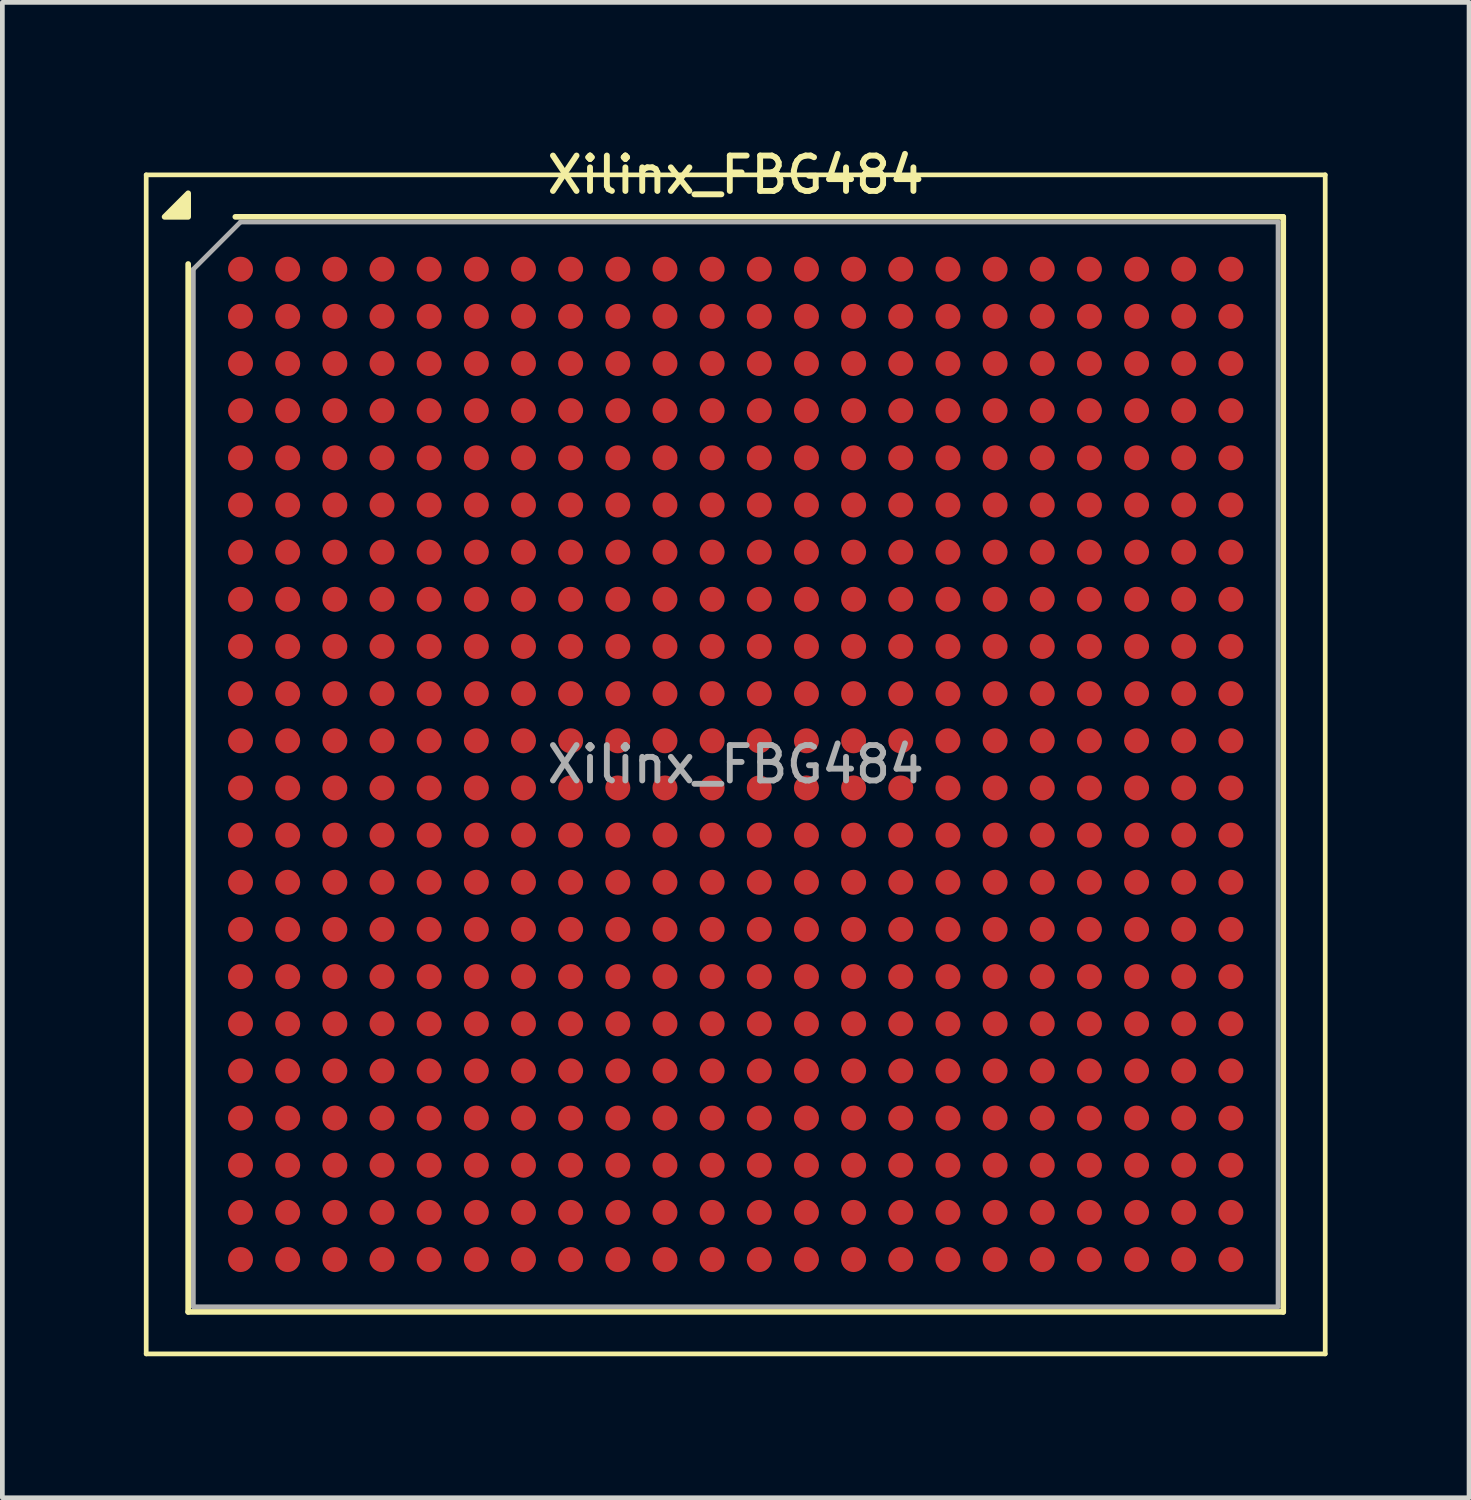
<source format=kicad_pcb>
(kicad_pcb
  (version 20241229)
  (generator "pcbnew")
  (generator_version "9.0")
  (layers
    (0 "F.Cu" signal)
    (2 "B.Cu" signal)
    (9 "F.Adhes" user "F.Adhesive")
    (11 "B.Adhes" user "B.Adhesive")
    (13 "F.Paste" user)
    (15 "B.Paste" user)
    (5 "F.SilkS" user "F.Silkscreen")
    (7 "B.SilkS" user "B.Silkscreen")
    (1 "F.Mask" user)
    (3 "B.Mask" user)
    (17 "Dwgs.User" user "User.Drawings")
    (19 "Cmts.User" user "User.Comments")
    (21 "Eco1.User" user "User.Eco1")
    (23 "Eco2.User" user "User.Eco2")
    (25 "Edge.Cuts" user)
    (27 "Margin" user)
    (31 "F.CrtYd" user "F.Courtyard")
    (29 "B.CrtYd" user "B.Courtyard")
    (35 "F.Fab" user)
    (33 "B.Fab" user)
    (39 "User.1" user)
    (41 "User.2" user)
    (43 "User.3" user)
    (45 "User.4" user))
  (footprint "Xilinx_FBG484"
    (layer "F.Cu")
    (at 12.55 13.158)
    (property "Reference" "Xilinx_FBG484" (at 0 -12.5 0) (layer "F.SilkS") (effects (font (size 0.75 0.75) (thickness 0.125))))
    (attr smd)
    (fp_line (start -12.5 -12.5) (end -12.5 12.5) (stroke (width 0.1) (type solid)) (layer "F.SilkS"))
    (fp_line (start -12.5 12.5) (end 12.5 12.5) (stroke (width 0.1) (type solid)) (layer "F.SilkS"))
    (fp_line (start -11.61 11.61) (end -11.61 -10.61) (stroke (width 0.12) (type solid)) (layer "F.SilkS"))
    (fp_line (start -10.61 -11.61) (end 11.61 -11.61) (stroke (width 0.12) (type solid)) (layer "F.SilkS"))
    (fp_line (start 11.61 -11.61) (end 11.61 11.61) (stroke (width 0.12) (type solid)) (layer "F.SilkS"))
    (fp_line (start 11.61 11.61) (end -11.61 11.61) (stroke (width 0.12) (type solid)) (layer "F.SilkS"))
    (fp_line (start 12.5 -12.5) (end -12.5 -12.5) (stroke (width 0.1) (type solid)) (layer "F.SilkS"))
    (fp_line (start 12.5 12.5) (end 12.5 -12.5) (stroke (width 0.1) (type solid)) (layer "F.SilkS"))
    (fp_poly (pts (xy -11.61 -11.61) (xy -12.11 -11.61) (xy -11.61 -12.11) (xy -11.61 -11.61)) (stroke (width 0.12) (type solid)) (fill yes) (layer "F.SilkS"))
    (fp_line (start -11.5 -10.5) (end -10.5 -11.5) (stroke (width 0.1) (type solid)) (layer "F.Fab"))
    (fp_line (start -11.5 11.5) (end -11.5 -10.5) (stroke (width 0.1) (type solid)) (layer "F.Fab"))
    (fp_line (start -10.5 -11.5) (end 11.5 -11.5) (stroke (width 0.1) (type solid)) (layer "F.Fab"))
    (fp_line (start 11.5 -11.5) (end 11.5 11.5) (stroke (width 0.1) (type solid)) (layer "F.Fab"))
    (fp_line (start 11.5 11.5) (end -11.5 11.5) (stroke (width 0.1) (type solid)) (layer "F.Fab"))
    (fp_text user "${REFERENCE}" (at 0 0 0) (layer "F.Fab") (effects (font (size 0.75 0.75) (thickness 0.125))))
    (pad "A1" smd circle (at -10.5 -10.5) (size 0.53 0.53) (property pad_prop_bga) (layers "F.Cu" "F.Mask" "F.Paste"))
    (pad "A2" smd circle (at -9.5 -10.5) (size 0.53 0.53) (property pad_prop_bga) (layers "F.Cu" "F.Mask" "F.Paste"))
    (pad "A3" smd circle (at -8.5 -10.5) (size 0.53 0.53) (property pad_prop_bga) (layers "F.Cu" "F.Mask" "F.Paste"))
    (pad "A4" smd circle (at -7.5 -10.5) (size 0.53 0.53) (property pad_prop_bga) (layers "F.Cu" "F.Mask" "F.Paste"))
    (pad "A5" smd circle (at -6.5 -10.5) (size 0.53 0.53) (property pad_prop_bga) (layers "F.Cu" "F.Mask" "F.Paste"))
    (pad "A6" smd circle (at -5.5 -10.5) (size 0.53 0.53) (property pad_prop_bga) (layers "F.Cu" "F.Mask" "F.Paste"))
    (pad "A7" smd circle (at -4.5 -10.5) (size 0.53 0.53) (property pad_prop_bga) (layers "F.Cu" "F.Mask" "F.Paste"))
    (pad "A8" smd circle (at -3.5 -10.5) (size 0.53 0.53) (property pad_prop_bga) (layers "F.Cu" "F.Mask" "F.Paste"))
    (pad "A9" smd circle (at -2.5 -10.5) (size 0.53 0.53) (property pad_prop_bga) (layers "F.Cu" "F.Mask" "F.Paste"))
    (pad "A10" smd circle (at -1.5 -10.5) (size 0.53 0.53) (property pad_prop_bga) (layers "F.Cu" "F.Mask" "F.Paste"))
    (pad "A11" smd circle (at -0.5 -10.5) (size 0.53 0.53) (property pad_prop_bga) (layers "F.Cu" "F.Mask" "F.Paste"))
    (pad "A12" smd circle (at 0.5 -10.5) (size 0.53 0.53) (property pad_prop_bga) (layers "F.Cu" "F.Mask" "F.Paste"))
    (pad "A13" smd circle (at 1.5 -10.5) (size 0.53 0.53) (property pad_prop_bga) (layers "F.Cu" "F.Mask" "F.Paste"))
    (pad "A14" smd circle (at 2.5 -10.5) (size 0.53 0.53) (property pad_prop_bga) (layers "F.Cu" "F.Mask" "F.Paste"))
    (pad "A15" smd circle (at 3.5 -10.5) (size 0.53 0.53) (property pad_prop_bga) (layers "F.Cu" "F.Mask" "F.Paste"))
    (pad "A16" smd circle (at 4.5 -10.5) (size 0.53 0.53) (property pad_prop_bga) (layers "F.Cu" "F.Mask" "F.Paste"))
    (pad "A17" smd circle (at 5.5 -10.5) (size 0.53 0.53) (property pad_prop_bga) (layers "F.Cu" "F.Mask" "F.Paste"))
    (pad "A18" smd circle (at 6.5 -10.5) (size 0.53 0.53) (property pad_prop_bga) (layers "F.Cu" "F.Mask" "F.Paste"))
    (pad "A19" smd circle (at 7.5 -10.5) (size 0.53 0.53) (property pad_prop_bga) (layers "F.Cu" "F.Mask" "F.Paste"))
    (pad "A20" smd circle (at 8.5 -10.5) (size 0.53 0.53) (property pad_prop_bga) (layers "F.Cu" "F.Mask" "F.Paste"))
    (pad "A21" smd circle (at 9.5 -10.5) (size 0.53 0.53) (property pad_prop_bga) (layers "F.Cu" "F.Mask" "F.Paste"))
    (pad "A22" smd circle (at 10.5 -10.5) (size 0.53 0.53) (property pad_prop_bga) (layers "F.Cu" "F.Mask" "F.Paste"))
    (pad "AA1" smd circle (at -10.5 9.5) (size 0.53 0.53) (property pad_prop_bga) (layers "F.Cu" "F.Mask" "F.Paste"))
    (pad "AA2" smd circle (at -9.5 9.5) (size 0.53 0.53) (property pad_prop_bga) (layers "F.Cu" "F.Mask" "F.Paste"))
    (pad "AA3" smd circle (at -8.5 9.5) (size 0.53 0.53) (property pad_prop_bga) (layers "F.Cu" "F.Mask" "F.Paste"))
    (pad "AA4" smd circle (at -7.5 9.5) (size 0.53 0.53) (property pad_prop_bga) (layers "F.Cu" "F.Mask" "F.Paste"))
    (pad "AA5" smd circle (at -6.5 9.5) (size 0.53 0.53) (property pad_prop_bga) (layers "F.Cu" "F.Mask" "F.Paste"))
    (pad "AA6" smd circle (at -5.5 9.5) (size 0.53 0.53) (property pad_prop_bga) (layers "F.Cu" "F.Mask" "F.Paste"))
    (pad "AA7" smd circle (at -4.5 9.5) (size 0.53 0.53) (property pad_prop_bga) (layers "F.Cu" "F.Mask" "F.Paste"))
    (pad "AA8" smd circle (at -3.5 9.5) (size 0.53 0.53) (property pad_prop_bga) (layers "F.Cu" "F.Mask" "F.Paste"))
    (pad "AA9" smd circle (at -2.5 9.5) (size 0.53 0.53) (property pad_prop_bga) (layers "F.Cu" "F.Mask" "F.Paste"))
    (pad "AA10" smd circle (at -1.5 9.5) (size 0.53 0.53) (property pad_prop_bga) (layers "F.Cu" "F.Mask" "F.Paste"))
    (pad "AA11" smd circle (at -0.5 9.5) (size 0.53 0.53) (property pad_prop_bga) (layers "F.Cu" "F.Mask" "F.Paste"))
    (pad "AA12" smd circle (at 0.5 9.5) (size 0.53 0.53) (property pad_prop_bga) (layers "F.Cu" "F.Mask" "F.Paste"))
    (pad "AA13" smd circle (at 1.5 9.5) (size 0.53 0.53) (property pad_prop_bga) (layers "F.Cu" "F.Mask" "F.Paste"))
    (pad "AA14" smd circle (at 2.5 9.5) (size 0.53 0.53) (property pad_prop_bga) (layers "F.Cu" "F.Mask" "F.Paste"))
    (pad "AA15" smd circle (at 3.5 9.5) (size 0.53 0.53) (property pad_prop_bga) (layers "F.Cu" "F.Mask" "F.Paste"))
    (pad "AA16" smd circle (at 4.5 9.5) (size 0.53 0.53) (property pad_prop_bga) (layers "F.Cu" "F.Mask" "F.Paste"))
    (pad "AA17" smd circle (at 5.5 9.5) (size 0.53 0.53) (property pad_prop_bga) (layers "F.Cu" "F.Mask" "F.Paste"))
    (pad "AA18" smd circle (at 6.5 9.5) (size 0.53 0.53) (property pad_prop_bga) (layers "F.Cu" "F.Mask" "F.Paste"))
    (pad "AA19" smd circle (at 7.5 9.5) (size 0.53 0.53) (property pad_prop_bga) (layers "F.Cu" "F.Mask" "F.Paste"))
    (pad "AA20" smd circle (at 8.5 9.5) (size 0.53 0.53) (property pad_prop_bga) (layers "F.Cu" "F.Mask" "F.Paste"))
    (pad "AA21" smd circle (at 9.5 9.5) (size 0.53 0.53) (property pad_prop_bga) (layers "F.Cu" "F.Mask" "F.Paste"))
    (pad "AA22" smd circle (at 10.5 9.5) (size 0.53 0.53) (property pad_prop_bga) (layers "F.Cu" "F.Mask" "F.Paste"))
    (pad "AB1" smd circle (at -10.5 10.5) (size 0.53 0.53) (property pad_prop_bga) (layers "F.Cu" "F.Mask" "F.Paste"))
    (pad "AB2" smd circle (at -9.5 10.5) (size 0.53 0.53) (property pad_prop_bga) (layers "F.Cu" "F.Mask" "F.Paste"))
    (pad "AB3" smd circle (at -8.5 10.5) (size 0.53 0.53) (property pad_prop_bga) (layers "F.Cu" "F.Mask" "F.Paste"))
    (pad "AB4" smd circle (at -7.5 10.5) (size 0.53 0.53) (property pad_prop_bga) (layers "F.Cu" "F.Mask" "F.Paste"))
    (pad "AB5" smd circle (at -6.5 10.5) (size 0.53 0.53) (property pad_prop_bga) (layers "F.Cu" "F.Mask" "F.Paste"))
    (pad "AB6" smd circle (at -5.5 10.5) (size 0.53 0.53) (property pad_prop_bga) (layers "F.Cu" "F.Mask" "F.Paste"))
    (pad "AB7" smd circle (at -4.5 10.5) (size 0.53 0.53) (property pad_prop_bga) (layers "F.Cu" "F.Mask" "F.Paste"))
    (pad "AB8" smd circle (at -3.5 10.5) (size 0.53 0.53) (property pad_prop_bga) (layers "F.Cu" "F.Mask" "F.Paste"))
    (pad "AB9" smd circle (at -2.5 10.5) (size 0.53 0.53) (property pad_prop_bga) (layers "F.Cu" "F.Mask" "F.Paste"))
    (pad "AB10" smd circle (at -1.5 10.5) (size 0.53 0.53) (property pad_prop_bga) (layers "F.Cu" "F.Mask" "F.Paste"))
    (pad "AB11" smd circle (at -0.5 10.5) (size 0.53 0.53) (property pad_prop_bga) (layers "F.Cu" "F.Mask" "F.Paste"))
    (pad "AB12" smd circle (at 0.5 10.5) (size 0.53 0.53) (property pad_prop_bga) (layers "F.Cu" "F.Mask" "F.Paste"))
    (pad "AB13" smd circle (at 1.5 10.5) (size 0.53 0.53) (property pad_prop_bga) (layers "F.Cu" "F.Mask" "F.Paste"))
    (pad "AB14" smd circle (at 2.5 10.5) (size 0.53 0.53) (property pad_prop_bga) (layers "F.Cu" "F.Mask" "F.Paste"))
    (pad "AB15" smd circle (at 3.5 10.5) (size 0.53 0.53) (property pad_prop_bga) (layers "F.Cu" "F.Mask" "F.Paste"))
    (pad "AB16" smd circle (at 4.5 10.5) (size 0.53 0.53) (property pad_prop_bga) (layers "F.Cu" "F.Mask" "F.Paste"))
    (pad "AB17" smd circle (at 5.5 10.5) (size 0.53 0.53) (property pad_prop_bga) (layers "F.Cu" "F.Mask" "F.Paste"))
    (pad "AB18" smd circle (at 6.5 10.5) (size 0.53 0.53) (property pad_prop_bga) (layers "F.Cu" "F.Mask" "F.Paste"))
    (pad "AB19" smd circle (at 7.5 10.5) (size 0.53 0.53) (property pad_prop_bga) (layers "F.Cu" "F.Mask" "F.Paste"))
    (pad "AB20" smd circle (at 8.5 10.5) (size 0.53 0.53) (property pad_prop_bga) (layers "F.Cu" "F.Mask" "F.Paste"))
    (pad "AB21" smd circle (at 9.5 10.5) (size 0.53 0.53) (property pad_prop_bga) (layers "F.Cu" "F.Mask" "F.Paste"))
    (pad "AB22" smd circle (at 10.5 10.5) (size 0.53 0.53) (property pad_prop_bga) (layers "F.Cu" "F.Mask" "F.Paste"))
    (pad "B1" smd circle (at -10.5 -9.5) (size 0.53 0.53) (property pad_prop_bga) (layers "F.Cu" "F.Mask" "F.Paste"))
    (pad "B2" smd circle (at -9.5 -9.5) (size 0.53 0.53) (property pad_prop_bga) (layers "F.Cu" "F.Mask" "F.Paste"))
    (pad "B3" smd circle (at -8.5 -9.5) (size 0.53 0.53) (property pad_prop_bga) (layers "F.Cu" "F.Mask" "F.Paste"))
    (pad "B4" smd circle (at -7.5 -9.5) (size 0.53 0.53) (property pad_prop_bga) (layers "F.Cu" "F.Mask" "F.Paste"))
    (pad "B5" smd circle (at -6.5 -9.5) (size 0.53 0.53) (property pad_prop_bga) (layers "F.Cu" "F.Mask" "F.Paste"))
    (pad "B6" smd circle (at -5.5 -9.5) (size 0.53 0.53) (property pad_prop_bga) (layers "F.Cu" "F.Mask" "F.Paste"))
    (pad "B7" smd circle (at -4.5 -9.5) (size 0.53 0.53) (property pad_prop_bga) (layers "F.Cu" "F.Mask" "F.Paste"))
    (pad "B8" smd circle (at -3.5 -9.5) (size 0.53 0.53) (property pad_prop_bga) (layers "F.Cu" "F.Mask" "F.Paste"))
    (pad "B9" smd circle (at -2.5 -9.5) (size 0.53 0.53) (property pad_prop_bga) (layers "F.Cu" "F.Mask" "F.Paste"))
    (pad "B10" smd circle (at -1.5 -9.5) (size 0.53 0.53) (property pad_prop_bga) (layers "F.Cu" "F.Mask" "F.Paste"))
    (pad "B11" smd circle (at -0.5 -9.5) (size 0.53 0.53) (property pad_prop_bga) (layers "F.Cu" "F.Mask" "F.Paste"))
    (pad "B12" smd circle (at 0.5 -9.5) (size 0.53 0.53) (property pad_prop_bga) (layers "F.Cu" "F.Mask" "F.Paste"))
    (pad "B13" smd circle (at 1.5 -9.5) (size 0.53 0.53) (property pad_prop_bga) (layers "F.Cu" "F.Mask" "F.Paste"))
    (pad "B14" smd circle (at 2.5 -9.5) (size 0.53 0.53) (property pad_prop_bga) (layers "F.Cu" "F.Mask" "F.Paste"))
    (pad "B15" smd circle (at 3.5 -9.5) (size 0.53 0.53) (property pad_prop_bga) (layers "F.Cu" "F.Mask" "F.Paste"))
    (pad "B16" smd circle (at 4.5 -9.5) (size 0.53 0.53) (property pad_prop_bga) (layers "F.Cu" "F.Mask" "F.Paste"))
    (pad "B17" smd circle (at 5.5 -9.5) (size 0.53 0.53) (property pad_prop_bga) (layers "F.Cu" "F.Mask" "F.Paste"))
    (pad "B18" smd circle (at 6.5 -9.5) (size 0.53 0.53) (property pad_prop_bga) (layers "F.Cu" "F.Mask" "F.Paste"))
    (pad "B19" smd circle (at 7.5 -9.5) (size 0.53 0.53) (property pad_prop_bga) (layers "F.Cu" "F.Mask" "F.Paste"))
    (pad "B20" smd circle (at 8.5 -9.5) (size 0.53 0.53) (property pad_prop_bga) (layers "F.Cu" "F.Mask" "F.Paste"))
    (pad "B21" smd circle (at 9.5 -9.5) (size 0.53 0.53) (property pad_prop_bga) (layers "F.Cu" "F.Mask" "F.Paste"))
    (pad "B22" smd circle (at 10.5 -9.5) (size 0.53 0.53) (property pad_prop_bga) (layers "F.Cu" "F.Mask" "F.Paste"))
    (pad "C1" smd circle (at -10.5 -8.5) (size 0.53 0.53) (property pad_prop_bga) (layers "F.Cu" "F.Mask" "F.Paste"))
    (pad "C2" smd circle (at -9.5 -8.5) (size 0.53 0.53) (property pad_prop_bga) (layers "F.Cu" "F.Mask" "F.Paste"))
    (pad "C3" smd circle (at -8.5 -8.5) (size 0.53 0.53) (property pad_prop_bga) (layers "F.Cu" "F.Mask" "F.Paste"))
    (pad "C4" smd circle (at -7.5 -8.5) (size 0.53 0.53) (property pad_prop_bga) (layers "F.Cu" "F.Mask" "F.Paste"))
    (pad "C5" smd circle (at -6.5 -8.5) (size 0.53 0.53) (property pad_prop_bga) (layers "F.Cu" "F.Mask" "F.Paste"))
    (pad "C6" smd circle (at -5.5 -8.5) (size 0.53 0.53) (property pad_prop_bga) (layers "F.Cu" "F.Mask" "F.Paste"))
    (pad "C7" smd circle (at -4.5 -8.5) (size 0.53 0.53) (property pad_prop_bga) (layers "F.Cu" "F.Mask" "F.Paste"))
    (pad "C8" smd circle (at -3.5 -8.5) (size 0.53 0.53) (property pad_prop_bga) (layers "F.Cu" "F.Mask" "F.Paste"))
    (pad "C9" smd circle (at -2.5 -8.5) (size 0.53 0.53) (property pad_prop_bga) (layers "F.Cu" "F.Mask" "F.Paste"))
    (pad "C10" smd circle (at -1.5 -8.5) (size 0.53 0.53) (property pad_prop_bga) (layers "F.Cu" "F.Mask" "F.Paste"))
    (pad "C11" smd circle (at -0.5 -8.5) (size 0.53 0.53) (property pad_prop_bga) (layers "F.Cu" "F.Mask" "F.Paste"))
    (pad "C12" smd circle (at 0.5 -8.5) (size 0.53 0.53) (property pad_prop_bga) (layers "F.Cu" "F.Mask" "F.Paste"))
    (pad "C13" smd circle (at 1.5 -8.5) (size 0.53 0.53) (property pad_prop_bga) (layers "F.Cu" "F.Mask" "F.Paste"))
    (pad "C14" smd circle (at 2.5 -8.5) (size 0.53 0.53) (property pad_prop_bga) (layers "F.Cu" "F.Mask" "F.Paste"))
    (pad "C15" smd circle (at 3.5 -8.5) (size 0.53 0.53) (property pad_prop_bga) (layers "F.Cu" "F.Mask" "F.Paste"))
    (pad "C16" smd circle (at 4.5 -8.5) (size 0.53 0.53) (property pad_prop_bga) (layers "F.Cu" "F.Mask" "F.Paste"))
    (pad "C17" smd circle (at 5.5 -8.5) (size 0.53 0.53) (property pad_prop_bga) (layers "F.Cu" "F.Mask" "F.Paste"))
    (pad "C18" smd circle (at 6.5 -8.5) (size 0.53 0.53) (property pad_prop_bga) (layers "F.Cu" "F.Mask" "F.Paste"))
    (pad "C19" smd circle (at 7.5 -8.5) (size 0.53 0.53) (property pad_prop_bga) (layers "F.Cu" "F.Mask" "F.Paste"))
    (pad "C20" smd circle (at 8.5 -8.5) (size 0.53 0.53) (property pad_prop_bga) (layers "F.Cu" "F.Mask" "F.Paste"))
    (pad "C21" smd circle (at 9.5 -8.5) (size 0.53 0.53) (property pad_prop_bga) (layers "F.Cu" "F.Mask" "F.Paste"))
    (pad "C22" smd circle (at 10.5 -8.5) (size 0.53 0.53) (property pad_prop_bga) (layers "F.Cu" "F.Mask" "F.Paste"))
    (pad "D1" smd circle (at -10.5 -7.5) (size 0.53 0.53) (property pad_prop_bga) (layers "F.Cu" "F.Mask" "F.Paste"))
    (pad "D2" smd circle (at -9.5 -7.5) (size 0.53 0.53) (property pad_prop_bga) (layers "F.Cu" "F.Mask" "F.Paste"))
    (pad "D3" smd circle (at -8.5 -7.5) (size 0.53 0.53) (property pad_prop_bga) (layers "F.Cu" "F.Mask" "F.Paste"))
    (pad "D4" smd circle (at -7.5 -7.5) (size 0.53 0.53) (property pad_prop_bga) (layers "F.Cu" "F.Mask" "F.Paste"))
    (pad "D5" smd circle (at -6.5 -7.5) (size 0.53 0.53) (property pad_prop_bga) (layers "F.Cu" "F.Mask" "F.Paste"))
    (pad "D6" smd circle (at -5.5 -7.5) (size 0.53 0.53) (property pad_prop_bga) (layers "F.Cu" "F.Mask" "F.Paste"))
    (pad "D7" smd circle (at -4.5 -7.5) (size 0.53 0.53) (property pad_prop_bga) (layers "F.Cu" "F.Mask" "F.Paste"))
    (pad "D8" smd circle (at -3.5 -7.5) (size 0.53 0.53) (property pad_prop_bga) (layers "F.Cu" "F.Mask" "F.Paste"))
    (pad "D9" smd circle (at -2.5 -7.5) (size 0.53 0.53) (property pad_prop_bga) (layers "F.Cu" "F.Mask" "F.Paste"))
    (pad "D10" smd circle (at -1.5 -7.5) (size 0.53 0.53) (property pad_prop_bga) (layers "F.Cu" "F.Mask" "F.Paste"))
    (pad "D11" smd circle (at -0.5 -7.5) (size 0.53 0.53) (property pad_prop_bga) (layers "F.Cu" "F.Mask" "F.Paste"))
    (pad "D12" smd circle (at 0.5 -7.5) (size 0.53 0.53) (property pad_prop_bga) (layers "F.Cu" "F.Mask" "F.Paste"))
    (pad "D13" smd circle (at 1.5 -7.5) (size 0.53 0.53) (property pad_prop_bga) (layers "F.Cu" "F.Mask" "F.Paste"))
    (pad "D14" smd circle (at 2.5 -7.5) (size 0.53 0.53) (property pad_prop_bga) (layers "F.Cu" "F.Mask" "F.Paste"))
    (pad "D15" smd circle (at 3.5 -7.5) (size 0.53 0.53) (property pad_prop_bga) (layers "F.Cu" "F.Mask" "F.Paste"))
    (pad "D16" smd circle (at 4.5 -7.5) (size 0.53 0.53) (property pad_prop_bga) (layers "F.Cu" "F.Mask" "F.Paste"))
    (pad "D17" smd circle (at 5.5 -7.5) (size 0.53 0.53) (property pad_prop_bga) (layers "F.Cu" "F.Mask" "F.Paste"))
    (pad "D18" smd circle (at 6.5 -7.5) (size 0.53 0.53) (property pad_prop_bga) (layers "F.Cu" "F.Mask" "F.Paste"))
    (pad "D19" smd circle (at 7.5 -7.5) (size 0.53 0.53) (property pad_prop_bga) (layers "F.Cu" "F.Mask" "F.Paste"))
    (pad "D20" smd circle (at 8.5 -7.5) (size 0.53 0.53) (property pad_prop_bga) (layers "F.Cu" "F.Mask" "F.Paste"))
    (pad "D21" smd circle (at 9.5 -7.5) (size 0.53 0.53) (property pad_prop_bga) (layers "F.Cu" "F.Mask" "F.Paste"))
    (pad "D22" smd circle (at 10.5 -7.5) (size 0.53 0.53) (property pad_prop_bga) (layers "F.Cu" "F.Mask" "F.Paste"))
    (pad "E1" smd circle (at -10.5 -6.5) (size 0.53 0.53) (property pad_prop_bga) (layers "F.Cu" "F.Mask" "F.Paste"))
    (pad "E2" smd circle (at -9.5 -6.5) (size 0.53 0.53) (property pad_prop_bga) (layers "F.Cu" "F.Mask" "F.Paste"))
    (pad "E3" smd circle (at -8.5 -6.5) (size 0.53 0.53) (property pad_prop_bga) (layers "F.Cu" "F.Mask" "F.Paste"))
    (pad "E4" smd circle (at -7.5 -6.5) (size 0.53 0.53) (property pad_prop_bga) (layers "F.Cu" "F.Mask" "F.Paste"))
    (pad "E5" smd circle (at -6.5 -6.5) (size 0.53 0.53) (property pad_prop_bga) (layers "F.Cu" "F.Mask" "F.Paste"))
    (pad "E6" smd circle (at -5.5 -6.5) (size 0.53 0.53) (property pad_prop_bga) (layers "F.Cu" "F.Mask" "F.Paste"))
    (pad "E7" smd circle (at -4.5 -6.5) (size 0.53 0.53) (property pad_prop_bga) (layers "F.Cu" "F.Mask" "F.Paste"))
    (pad "E8" smd circle (at -3.5 -6.5) (size 0.53 0.53) (property pad_prop_bga) (layers "F.Cu" "F.Mask" "F.Paste"))
    (pad "E9" smd circle (at -2.5 -6.5) (size 0.53 0.53) (property pad_prop_bga) (layers "F.Cu" "F.Mask" "F.Paste"))
    (pad "E10" smd circle (at -1.5 -6.5) (size 0.53 0.53) (property pad_prop_bga) (layers "F.Cu" "F.Mask" "F.Paste"))
    (pad "E11" smd circle (at -0.5 -6.5) (size 0.53 0.53) (property pad_prop_bga) (layers "F.Cu" "F.Mask" "F.Paste"))
    (pad "E12" smd circle (at 0.5 -6.5) (size 0.53 0.53) (property pad_prop_bga) (layers "F.Cu" "F.Mask" "F.Paste"))
    (pad "E13" smd circle (at 1.5 -6.5) (size 0.53 0.53) (property pad_prop_bga) (layers "F.Cu" "F.Mask" "F.Paste"))
    (pad "E14" smd circle (at 2.5 -6.5) (size 0.53 0.53) (property pad_prop_bga) (layers "F.Cu" "F.Mask" "F.Paste"))
    (pad "E15" smd circle (at 3.5 -6.5) (size 0.53 0.53) (property pad_prop_bga) (layers "F.Cu" "F.Mask" "F.Paste"))
    (pad "E16" smd circle (at 4.5 -6.5) (size 0.53 0.53) (property pad_prop_bga) (layers "F.Cu" "F.Mask" "F.Paste"))
    (pad "E17" smd circle (at 5.5 -6.5) (size 0.53 0.53) (property pad_prop_bga) (layers "F.Cu" "F.Mask" "F.Paste"))
    (pad "E18" smd circle (at 6.5 -6.5) (size 0.53 0.53) (property pad_prop_bga) (layers "F.Cu" "F.Mask" "F.Paste"))
    (pad "E19" smd circle (at 7.5 -6.5) (size 0.53 0.53) (property pad_prop_bga) (layers "F.Cu" "F.Mask" "F.Paste"))
    (pad "E20" smd circle (at 8.5 -6.5) (size 0.53 0.53) (property pad_prop_bga) (layers "F.Cu" "F.Mask" "F.Paste"))
    (pad "E21" smd circle (at 9.5 -6.5) (size 0.53 0.53) (property pad_prop_bga) (layers "F.Cu" "F.Mask" "F.Paste"))
    (pad "E22" smd circle (at 10.5 -6.5) (size 0.53 0.53) (property pad_prop_bga) (layers "F.Cu" "F.Mask" "F.Paste"))
    (pad "F1" smd circle (at -10.5 -5.5) (size 0.53 0.53) (property pad_prop_bga) (layers "F.Cu" "F.Mask" "F.Paste"))
    (pad "F2" smd circle (at -9.5 -5.5) (size 0.53 0.53) (property pad_prop_bga) (layers "F.Cu" "F.Mask" "F.Paste"))
    (pad "F3" smd circle (at -8.5 -5.5) (size 0.53 0.53) (property pad_prop_bga) (layers "F.Cu" "F.Mask" "F.Paste"))
    (pad "F4" smd circle (at -7.5 -5.5) (size 0.53 0.53) (property pad_prop_bga) (layers "F.Cu" "F.Mask" "F.Paste"))
    (pad "F5" smd circle (at -6.5 -5.5) (size 0.53 0.53) (property pad_prop_bga) (layers "F.Cu" "F.Mask" "F.Paste"))
    (pad "F6" smd circle (at -5.5 -5.5) (size 0.53 0.53) (property pad_prop_bga) (layers "F.Cu" "F.Mask" "F.Paste"))
    (pad "F7" smd circle (at -4.5 -5.5) (size 0.53 0.53) (property pad_prop_bga) (layers "F.Cu" "F.Mask" "F.Paste"))
    (pad "F8" smd circle (at -3.5 -5.5) (size 0.53 0.53) (property pad_prop_bga) (layers "F.Cu" "F.Mask" "F.Paste"))
    (pad "F9" smd circle (at -2.5 -5.5) (size 0.53 0.53) (property pad_prop_bga) (layers "F.Cu" "F.Mask" "F.Paste"))
    (pad "F10" smd circle (at -1.5 -5.5) (size 0.53 0.53) (property pad_prop_bga) (layers "F.Cu" "F.Mask" "F.Paste"))
    (pad "F11" smd circle (at -0.5 -5.5) (size 0.53 0.53) (property pad_prop_bga) (layers "F.Cu" "F.Mask" "F.Paste"))
    (pad "F12" smd circle (at 0.5 -5.5) (size 0.53 0.53) (property pad_prop_bga) (layers "F.Cu" "F.Mask" "F.Paste"))
    (pad "F13" smd circle (at 1.5 -5.5) (size 0.53 0.53) (property pad_prop_bga) (layers "F.Cu" "F.Mask" "F.Paste"))
    (pad "F14" smd circle (at 2.5 -5.5) (size 0.53 0.53) (property pad_prop_bga) (layers "F.Cu" "F.Mask" "F.Paste"))
    (pad "F15" smd circle (at 3.5 -5.5) (size 0.53 0.53) (property pad_prop_bga) (layers "F.Cu" "F.Mask" "F.Paste"))
    (pad "F16" smd circle (at 4.5 -5.5) (size 0.53 0.53) (property pad_prop_bga) (layers "F.Cu" "F.Mask" "F.Paste"))
    (pad "F17" smd circle (at 5.5 -5.5) (size 0.53 0.53) (property pad_prop_bga) (layers "F.Cu" "F.Mask" "F.Paste"))
    (pad "F18" smd circle (at 6.5 -5.5) (size 0.53 0.53) (property pad_prop_bga) (layers "F.Cu" "F.Mask" "F.Paste"))
    (pad "F19" smd circle (at 7.5 -5.5) (size 0.53 0.53) (property pad_prop_bga) (layers "F.Cu" "F.Mask" "F.Paste"))
    (pad "F20" smd circle (at 8.5 -5.5) (size 0.53 0.53) (property pad_prop_bga) (layers "F.Cu" "F.Mask" "F.Paste"))
    (pad "F21" smd circle (at 9.5 -5.5) (size 0.53 0.53) (property pad_prop_bga) (layers "F.Cu" "F.Mask" "F.Paste"))
    (pad "F22" smd circle (at 10.5 -5.5) (size 0.53 0.53) (property pad_prop_bga) (layers "F.Cu" "F.Mask" "F.Paste"))
    (pad "G1" smd circle (at -10.5 -4.5) (size 0.53 0.53) (property pad_prop_bga) (layers "F.Cu" "F.Mask" "F.Paste"))
    (pad "G2" smd circle (at -9.5 -4.5) (size 0.53 0.53) (property pad_prop_bga) (layers "F.Cu" "F.Mask" "F.Paste"))
    (pad "G3" smd circle (at -8.5 -4.5) (size 0.53 0.53) (property pad_prop_bga) (layers "F.Cu" "F.Mask" "F.Paste"))
    (pad "G4" smd circle (at -7.5 -4.5) (size 0.53 0.53) (property pad_prop_bga) (layers "F.Cu" "F.Mask" "F.Paste"))
    (pad "G5" smd circle (at -6.5 -4.5) (size 0.53 0.53) (property pad_prop_bga) (layers "F.Cu" "F.Mask" "F.Paste"))
    (pad "G6" smd circle (at -5.5 -4.5) (size 0.53 0.53) (property pad_prop_bga) (layers "F.Cu" "F.Mask" "F.Paste"))
    (pad "G7" smd circle (at -4.5 -4.5) (size 0.53 0.53) (property pad_prop_bga) (layers "F.Cu" "F.Mask" "F.Paste"))
    (pad "G8" smd circle (at -3.5 -4.5) (size 0.53 0.53) (property pad_prop_bga) (layers "F.Cu" "F.Mask" "F.Paste"))
    (pad "G9" smd circle (at -2.5 -4.5) (size 0.53 0.53) (property pad_prop_bga) (layers "F.Cu" "F.Mask" "F.Paste"))
    (pad "G10" smd circle (at -1.5 -4.5) (size 0.53 0.53) (property pad_prop_bga) (layers "F.Cu" "F.Mask" "F.Paste"))
    (pad "G11" smd circle (at -0.5 -4.5) (size 0.53 0.53) (property pad_prop_bga) (layers "F.Cu" "F.Mask" "F.Paste"))
    (pad "G12" smd circle (at 0.5 -4.5) (size 0.53 0.53) (property pad_prop_bga) (layers "F.Cu" "F.Mask" "F.Paste"))
    (pad "G13" smd circle (at 1.5 -4.5) (size 0.53 0.53) (property pad_prop_bga) (layers "F.Cu" "F.Mask" "F.Paste"))
    (pad "G14" smd circle (at 2.5 -4.5) (size 0.53 0.53) (property pad_prop_bga) (layers "F.Cu" "F.Mask" "F.Paste"))
    (pad "G15" smd circle (at 3.5 -4.5) (size 0.53 0.53) (property pad_prop_bga) (layers "F.Cu" "F.Mask" "F.Paste"))
    (pad "G16" smd circle (at 4.5 -4.5) (size 0.53 0.53) (property pad_prop_bga) (layers "F.Cu" "F.Mask" "F.Paste"))
    (pad "G17" smd circle (at 5.5 -4.5) (size 0.53 0.53) (property pad_prop_bga) (layers "F.Cu" "F.Mask" "F.Paste"))
    (pad "G18" smd circle (at 6.5 -4.5) (size 0.53 0.53) (property pad_prop_bga) (layers "F.Cu" "F.Mask" "F.Paste"))
    (pad "G19" smd circle (at 7.5 -4.5) (size 0.53 0.53) (property pad_prop_bga) (layers "F.Cu" "F.Mask" "F.Paste"))
    (pad "G20" smd circle (at 8.5 -4.5) (size 0.53 0.53) (property pad_prop_bga) (layers "F.Cu" "F.Mask" "F.Paste"))
    (pad "G21" smd circle (at 9.5 -4.5) (size 0.53 0.53) (property pad_prop_bga) (layers "F.Cu" "F.Mask" "F.Paste"))
    (pad "G22" smd circle (at 10.5 -4.5) (size 0.53 0.53) (property pad_prop_bga) (layers "F.Cu" "F.Mask" "F.Paste"))
    (pad "H1" smd circle (at -10.5 -3.5) (size 0.53 0.53) (property pad_prop_bga) (layers "F.Cu" "F.Mask" "F.Paste"))
    (pad "H2" smd circle (at -9.5 -3.5) (size 0.53 0.53) (property pad_prop_bga) (layers "F.Cu" "F.Mask" "F.Paste"))
    (pad "H3" smd circle (at -8.5 -3.5) (size 0.53 0.53) (property pad_prop_bga) (layers "F.Cu" "F.Mask" "F.Paste"))
    (pad "H4" smd circle (at -7.5 -3.5) (size 0.53 0.53) (property pad_prop_bga) (layers "F.Cu" "F.Mask" "F.Paste"))
    (pad "H5" smd circle (at -6.5 -3.5) (size 0.53 0.53) (property pad_prop_bga) (layers "F.Cu" "F.Mask" "F.Paste"))
    (pad "H6" smd circle (at -5.5 -3.5) (size 0.53 0.53) (property pad_prop_bga) (layers "F.Cu" "F.Mask" "F.Paste"))
    (pad "H7" smd circle (at -4.5 -3.5) (size 0.53 0.53) (property pad_prop_bga) (layers "F.Cu" "F.Mask" "F.Paste"))
    (pad "H8" smd circle (at -3.5 -3.5) (size 0.53 0.53) (property pad_prop_bga) (layers "F.Cu" "F.Mask" "F.Paste"))
    (pad "H9" smd circle (at -2.5 -3.5) (size 0.53 0.53) (property pad_prop_bga) (layers "F.Cu" "F.Mask" "F.Paste"))
    (pad "H10" smd circle (at -1.5 -3.5) (size 0.53 0.53) (property pad_prop_bga) (layers "F.Cu" "F.Mask" "F.Paste"))
    (pad "H11" smd circle (at -0.5 -3.5) (size 0.53 0.53) (property pad_prop_bga) (layers "F.Cu" "F.Mask" "F.Paste"))
    (pad "H12" smd circle (at 0.5 -3.5) (size 0.53 0.53) (property pad_prop_bga) (layers "F.Cu" "F.Mask" "F.Paste"))
    (pad "H13" smd circle (at 1.5 -3.5) (size 0.53 0.53) (property pad_prop_bga) (layers "F.Cu" "F.Mask" "F.Paste"))
    (pad "H14" smd circle (at 2.5 -3.5) (size 0.53 0.53) (property pad_prop_bga) (layers "F.Cu" "F.Mask" "F.Paste"))
    (pad "H15" smd circle (at 3.5 -3.5) (size 0.53 0.53) (property pad_prop_bga) (layers "F.Cu" "F.Mask" "F.Paste"))
    (pad "H16" smd circle (at 4.5 -3.5) (size 0.53 0.53) (property pad_prop_bga) (layers "F.Cu" "F.Mask" "F.Paste"))
    (pad "H17" smd circle (at 5.5 -3.5) (size 0.53 0.53) (property pad_prop_bga) (layers "F.Cu" "F.Mask" "F.Paste"))
    (pad "H18" smd circle (at 6.5 -3.5) (size 0.53 0.53) (property pad_prop_bga) (layers "F.Cu" "F.Mask" "F.Paste"))
    (pad "H19" smd circle (at 7.5 -3.5) (size 0.53 0.53) (property pad_prop_bga) (layers "F.Cu" "F.Mask" "F.Paste"))
    (pad "H20" smd circle (at 8.5 -3.5) (size 0.53 0.53) (property pad_prop_bga) (layers "F.Cu" "F.Mask" "F.Paste"))
    (pad "H21" smd circle (at 9.5 -3.5) (size 0.53 0.53) (property pad_prop_bga) (layers "F.Cu" "F.Mask" "F.Paste"))
    (pad "H22" smd circle (at 10.5 -3.5) (size 0.53 0.53) (property pad_prop_bga) (layers "F.Cu" "F.Mask" "F.Paste"))
    (pad "J1" smd circle (at -10.5 -2.5) (size 0.53 0.53) (property pad_prop_bga) (layers "F.Cu" "F.Mask" "F.Paste"))
    (pad "J2" smd circle (at -9.5 -2.5) (size 0.53 0.53) (property pad_prop_bga) (layers "F.Cu" "F.Mask" "F.Paste"))
    (pad "J3" smd circle (at -8.5 -2.5) (size 0.53 0.53) (property pad_prop_bga) (layers "F.Cu" "F.Mask" "F.Paste"))
    (pad "J4" smd circle (at -7.5 -2.5) (size 0.53 0.53) (property pad_prop_bga) (layers "F.Cu" "F.Mask" "F.Paste"))
    (pad "J5" smd circle (at -6.5 -2.5) (size 0.53 0.53) (property pad_prop_bga) (layers "F.Cu" "F.Mask" "F.Paste"))
    (pad "J6" smd circle (at -5.5 -2.5) (size 0.53 0.53) (property pad_prop_bga) (layers "F.Cu" "F.Mask" "F.Paste"))
    (pad "J7" smd circle (at -4.5 -2.5) (size 0.53 0.53) (property pad_prop_bga) (layers "F.Cu" "F.Mask" "F.Paste"))
    (pad "J8" smd circle (at -3.5 -2.5) (size 0.53 0.53) (property pad_prop_bga) (layers "F.Cu" "F.Mask" "F.Paste"))
    (pad "J9" smd circle (at -2.5 -2.5) (size 0.53 0.53) (property pad_prop_bga) (layers "F.Cu" "F.Mask" "F.Paste"))
    (pad "J10" smd circle (at -1.5 -2.5) (size 0.53 0.53) (property pad_prop_bga) (layers "F.Cu" "F.Mask" "F.Paste"))
    (pad "J11" smd circle (at -0.5 -2.5) (size 0.53 0.53) (property pad_prop_bga) (layers "F.Cu" "F.Mask" "F.Paste"))
    (pad "J12" smd circle (at 0.5 -2.5) (size 0.53 0.53) (property pad_prop_bga) (layers "F.Cu" "F.Mask" "F.Paste"))
    (pad "J13" smd circle (at 1.5 -2.5) (size 0.53 0.53) (property pad_prop_bga) (layers "F.Cu" "F.Mask" "F.Paste"))
    (pad "J14" smd circle (at 2.5 -2.5) (size 0.53 0.53) (property pad_prop_bga) (layers "F.Cu" "F.Mask" "F.Paste"))
    (pad "J15" smd circle (at 3.5 -2.5) (size 0.53 0.53) (property pad_prop_bga) (layers "F.Cu" "F.Mask" "F.Paste"))
    (pad "J16" smd circle (at 4.5 -2.5) (size 0.53 0.53) (property pad_prop_bga) (layers "F.Cu" "F.Mask" "F.Paste"))
    (pad "J17" smd circle (at 5.5 -2.5) (size 0.53 0.53) (property pad_prop_bga) (layers "F.Cu" "F.Mask" "F.Paste"))
    (pad "J18" smd circle (at 6.5 -2.5) (size 0.53 0.53) (property pad_prop_bga) (layers "F.Cu" "F.Mask" "F.Paste"))
    (pad "J19" smd circle (at 7.5 -2.5) (size 0.53 0.53) (property pad_prop_bga) (layers "F.Cu" "F.Mask" "F.Paste"))
    (pad "J20" smd circle (at 8.5 -2.5) (size 0.53 0.53) (property pad_prop_bga) (layers "F.Cu" "F.Mask" "F.Paste"))
    (pad "J21" smd circle (at 9.5 -2.5) (size 0.53 0.53) (property pad_prop_bga) (layers "F.Cu" "F.Mask" "F.Paste"))
    (pad "J22" smd circle (at 10.5 -2.5) (size 0.53 0.53) (property pad_prop_bga) (layers "F.Cu" "F.Mask" "F.Paste"))
    (pad "K1" smd circle (at -10.5 -1.5) (size 0.53 0.53) (property pad_prop_bga) (layers "F.Cu" "F.Mask" "F.Paste"))
    (pad "K2" smd circle (at -9.5 -1.5) (size 0.53 0.53) (property pad_prop_bga) (layers "F.Cu" "F.Mask" "F.Paste"))
    (pad "K3" smd circle (at -8.5 -1.5) (size 0.53 0.53) (property pad_prop_bga) (layers "F.Cu" "F.Mask" "F.Paste"))
    (pad "K4" smd circle (at -7.5 -1.5) (size 0.53 0.53) (property pad_prop_bga) (layers "F.Cu" "F.Mask" "F.Paste"))
    (pad "K5" smd circle (at -6.5 -1.5) (size 0.53 0.53) (property pad_prop_bga) (layers "F.Cu" "F.Mask" "F.Paste"))
    (pad "K6" smd circle (at -5.5 -1.5) (size 0.53 0.53) (property pad_prop_bga) (layers "F.Cu" "F.Mask" "F.Paste"))
    (pad "K7" smd circle (at -4.5 -1.5) (size 0.53 0.53) (property pad_prop_bga) (layers "F.Cu" "F.Mask" "F.Paste"))
    (pad "K8" smd circle (at -3.5 -1.5) (size 0.53 0.53) (property pad_prop_bga) (layers "F.Cu" "F.Mask" "F.Paste"))
    (pad "K9" smd circle (at -2.5 -1.5) (size 0.53 0.53) (property pad_prop_bga) (layers "F.Cu" "F.Mask" "F.Paste"))
    (pad "K10" smd circle (at -1.5 -1.5) (size 0.53 0.53) (property pad_prop_bga) (layers "F.Cu" "F.Mask" "F.Paste"))
    (pad "K11" smd circle (at -0.5 -1.5) (size 0.53 0.53) (property pad_prop_bga) (layers "F.Cu" "F.Mask" "F.Paste"))
    (pad "K12" smd circle (at 0.5 -1.5) (size 0.53 0.53) (property pad_prop_bga) (layers "F.Cu" "F.Mask" "F.Paste"))
    (pad "K13" smd circle (at 1.5 -1.5) (size 0.53 0.53) (property pad_prop_bga) (layers "F.Cu" "F.Mask" "F.Paste"))
    (pad "K14" smd circle (at 2.5 -1.5) (size 0.53 0.53) (property pad_prop_bga) (layers "F.Cu" "F.Mask" "F.Paste"))
    (pad "K15" smd circle (at 3.5 -1.5) (size 0.53 0.53) (property pad_prop_bga) (layers "F.Cu" "F.Mask" "F.Paste"))
    (pad "K16" smd circle (at 4.5 -1.5) (size 0.53 0.53) (property pad_prop_bga) (layers "F.Cu" "F.Mask" "F.Paste"))
    (pad "K17" smd circle (at 5.5 -1.5) (size 0.53 0.53) (property pad_prop_bga) (layers "F.Cu" "F.Mask" "F.Paste"))
    (pad "K18" smd circle (at 6.5 -1.5) (size 0.53 0.53) (property pad_prop_bga) (layers "F.Cu" "F.Mask" "F.Paste"))
    (pad "K19" smd circle (at 7.5 -1.5) (size 0.53 0.53) (property pad_prop_bga) (layers "F.Cu" "F.Mask" "F.Paste"))
    (pad "K20" smd circle (at 8.5 -1.5) (size 0.53 0.53) (property pad_prop_bga) (layers "F.Cu" "F.Mask" "F.Paste"))
    (pad "K21" smd circle (at 9.5 -1.5) (size 0.53 0.53) (property pad_prop_bga) (layers "F.Cu" "F.Mask" "F.Paste"))
    (pad "K22" smd circle (at 10.5 -1.5) (size 0.53 0.53) (property pad_prop_bga) (layers "F.Cu" "F.Mask" "F.Paste"))
    (pad "L1" smd circle (at -10.5 -0.5) (size 0.53 0.53) (property pad_prop_bga) (layers "F.Cu" "F.Mask" "F.Paste"))
    (pad "L2" smd circle (at -9.5 -0.5) (size 0.53 0.53) (property pad_prop_bga) (layers "F.Cu" "F.Mask" "F.Paste"))
    (pad "L3" smd circle (at -8.5 -0.5) (size 0.53 0.53) (property pad_prop_bga) (layers "F.Cu" "F.Mask" "F.Paste"))
    (pad "L4" smd circle (at -7.5 -0.5) (size 0.53 0.53) (property pad_prop_bga) (layers "F.Cu" "F.Mask" "F.Paste"))
    (pad "L5" smd circle (at -6.5 -0.5) (size 0.53 0.53) (property pad_prop_bga) (layers "F.Cu" "F.Mask" "F.Paste"))
    (pad "L6" smd circle (at -5.5 -0.5) (size 0.53 0.53) (property pad_prop_bga) (layers "F.Cu" "F.Mask" "F.Paste"))
    (pad "L7" smd circle (at -4.5 -0.5) (size 0.53 0.53) (property pad_prop_bga) (layers "F.Cu" "F.Mask" "F.Paste"))
    (pad "L8" smd circle (at -3.5 -0.5) (size 0.53 0.53) (property pad_prop_bga) (layers "F.Cu" "F.Mask" "F.Paste"))
    (pad "L9" smd circle (at -2.5 -0.5) (size 0.53 0.53) (property pad_prop_bga) (layers "F.Cu" "F.Mask" "F.Paste"))
    (pad "L10" smd circle (at -1.5 -0.5) (size 0.53 0.53) (property pad_prop_bga) (layers "F.Cu" "F.Mask" "F.Paste"))
    (pad "L11" smd circle (at -0.5 -0.5) (size 0.53 0.53) (property pad_prop_bga) (layers "F.Cu" "F.Mask" "F.Paste"))
    (pad "L12" smd circle (at 0.5 -0.5) (size 0.53 0.53) (property pad_prop_bga) (layers "F.Cu" "F.Mask" "F.Paste"))
    (pad "L13" smd circle (at 1.5 -0.5) (size 0.53 0.53) (property pad_prop_bga) (layers "F.Cu" "F.Mask" "F.Paste"))
    (pad "L14" smd circle (at 2.5 -0.5) (size 0.53 0.53) (property pad_prop_bga) (layers "F.Cu" "F.Mask" "F.Paste"))
    (pad "L15" smd circle (at 3.5 -0.5) (size 0.53 0.53) (property pad_prop_bga) (layers "F.Cu" "F.Mask" "F.Paste"))
    (pad "L16" smd circle (at 4.5 -0.5) (size 0.53 0.53) (property pad_prop_bga) (layers "F.Cu" "F.Mask" "F.Paste"))
    (pad "L17" smd circle (at 5.5 -0.5) (size 0.53 0.53) (property pad_prop_bga) (layers "F.Cu" "F.Mask" "F.Paste"))
    (pad "L18" smd circle (at 6.5 -0.5) (size 0.53 0.53) (property pad_prop_bga) (layers "F.Cu" "F.Mask" "F.Paste"))
    (pad "L19" smd circle (at 7.5 -0.5) (size 0.53 0.53) (property pad_prop_bga) (layers "F.Cu" "F.Mask" "F.Paste"))
    (pad "L20" smd circle (at 8.5 -0.5) (size 0.53 0.53) (property pad_prop_bga) (layers "F.Cu" "F.Mask" "F.Paste"))
    (pad "L21" smd circle (at 9.5 -0.5) (size 0.53 0.53) (property pad_prop_bga) (layers "F.Cu" "F.Mask" "F.Paste"))
    (pad "L22" smd circle (at 10.5 -0.5) (size 0.53 0.53) (property pad_prop_bga) (layers "F.Cu" "F.Mask" "F.Paste"))
    (pad "M1" smd circle (at -10.5 0.5) (size 0.53 0.53) (property pad_prop_bga) (layers "F.Cu" "F.Mask" "F.Paste"))
    (pad "M2" smd circle (at -9.5 0.5) (size 0.53 0.53) (property pad_prop_bga) (layers "F.Cu" "F.Mask" "F.Paste"))
    (pad "M3" smd circle (at -8.5 0.5) (size 0.53 0.53) (property pad_prop_bga) (layers "F.Cu" "F.Mask" "F.Paste"))
    (pad "M4" smd circle (at -7.5 0.5) (size 0.53 0.53) (property pad_prop_bga) (layers "F.Cu" "F.Mask" "F.Paste"))
    (pad "M5" smd circle (at -6.5 0.5) (size 0.53 0.53) (property pad_prop_bga) (layers "F.Cu" "F.Mask" "F.Paste"))
    (pad "M6" smd circle (at -5.5 0.5) (size 0.53 0.53) (property pad_prop_bga) (layers "F.Cu" "F.Mask" "F.Paste"))
    (pad "M7" smd circle (at -4.5 0.5) (size 0.53 0.53) (property pad_prop_bga) (layers "F.Cu" "F.Mask" "F.Paste"))
    (pad "M8" smd circle (at -3.5 0.5) (size 0.53 0.53) (property pad_prop_bga) (layers "F.Cu" "F.Mask" "F.Paste"))
    (pad "M9" smd circle (at -2.5 0.5) (size 0.53 0.53) (property pad_prop_bga) (layers "F.Cu" "F.Mask" "F.Paste"))
    (pad "M10" smd circle (at -1.5 0.5) (size 0.53 0.53) (property pad_prop_bga) (layers "F.Cu" "F.Mask" "F.Paste"))
    (pad "M11" smd circle (at -0.5 0.5) (size 0.53 0.53) (property pad_prop_bga) (layers "F.Cu" "F.Mask" "F.Paste"))
    (pad "M12" smd circle (at 0.5 0.5) (size 0.53 0.53) (property pad_prop_bga) (layers "F.Cu" "F.Mask" "F.Paste"))
    (pad "M13" smd circle (at 1.5 0.5) (size 0.53 0.53) (property pad_prop_bga) (layers "F.Cu" "F.Mask" "F.Paste"))
    (pad "M14" smd circle (at 2.5 0.5) (size 0.53 0.53) (property pad_prop_bga) (layers "F.Cu" "F.Mask" "F.Paste"))
    (pad "M15" smd circle (at 3.5 0.5) (size 0.53 0.53) (property pad_prop_bga) (layers "F.Cu" "F.Mask" "F.Paste"))
    (pad "M16" smd circle (at 4.5 0.5) (size 0.53 0.53) (property pad_prop_bga) (layers "F.Cu" "F.Mask" "F.Paste"))
    (pad "M17" smd circle (at 5.5 0.5) (size 0.53 0.53) (property pad_prop_bga) (layers "F.Cu" "F.Mask" "F.Paste"))
    (pad "M18" smd circle (at 6.5 0.5) (size 0.53 0.53) (property pad_prop_bga) (layers "F.Cu" "F.Mask" "F.Paste"))
    (pad "M19" smd circle (at 7.5 0.5) (size 0.53 0.53) (property pad_prop_bga) (layers "F.Cu" "F.Mask" "F.Paste"))
    (pad "M20" smd circle (at 8.5 0.5) (size 0.53 0.53) (property pad_prop_bga) (layers "F.Cu" "F.Mask" "F.Paste"))
    (pad "M21" smd circle (at 9.5 0.5) (size 0.53 0.53) (property pad_prop_bga) (layers "F.Cu" "F.Mask" "F.Paste"))
    (pad "M22" smd circle (at 10.5 0.5) (size 0.53 0.53) (property pad_prop_bga) (layers "F.Cu" "F.Mask" "F.Paste"))
    (pad "N1" smd circle (at -10.5 1.5) (size 0.53 0.53) (property pad_prop_bga) (layers "F.Cu" "F.Mask" "F.Paste"))
    (pad "N2" smd circle (at -9.5 1.5) (size 0.53 0.53) (property pad_prop_bga) (layers "F.Cu" "F.Mask" "F.Paste"))
    (pad "N3" smd circle (at -8.5 1.5) (size 0.53 0.53) (property pad_prop_bga) (layers "F.Cu" "F.Mask" "F.Paste"))
    (pad "N4" smd circle (at -7.5 1.5) (size 0.53 0.53) (property pad_prop_bga) (layers "F.Cu" "F.Mask" "F.Paste"))
    (pad "N5" smd circle (at -6.5 1.5) (size 0.53 0.53) (property pad_prop_bga) (layers "F.Cu" "F.Mask" "F.Paste"))
    (pad "N6" smd circle (at -5.5 1.5) (size 0.53 0.53) (property pad_prop_bga) (layers "F.Cu" "F.Mask" "F.Paste"))
    (pad "N7" smd circle (at -4.5 1.5) (size 0.53 0.53) (property pad_prop_bga) (layers "F.Cu" "F.Mask" "F.Paste"))
    (pad "N8" smd circle (at -3.5 1.5) (size 0.53 0.53) (property pad_prop_bga) (layers "F.Cu" "F.Mask" "F.Paste"))
    (pad "N9" smd circle (at -2.5 1.5) (size 0.53 0.53) (property pad_prop_bga) (layers "F.Cu" "F.Mask" "F.Paste"))
    (pad "N10" smd circle (at -1.5 1.5) (size 0.53 0.53) (property pad_prop_bga) (layers "F.Cu" "F.Mask" "F.Paste"))
    (pad "N11" smd circle (at -0.5 1.5) (size 0.53 0.53) (property pad_prop_bga) (layers "F.Cu" "F.Mask" "F.Paste"))
    (pad "N12" smd circle (at 0.5 1.5) (size 0.53 0.53) (property pad_prop_bga) (layers "F.Cu" "F.Mask" "F.Paste"))
    (pad "N13" smd circle (at 1.5 1.5) (size 0.53 0.53) (property pad_prop_bga) (layers "F.Cu" "F.Mask" "F.Paste"))
    (pad "N14" smd circle (at 2.5 1.5) (size 0.53 0.53) (property pad_prop_bga) (layers "F.Cu" "F.Mask" "F.Paste"))
    (pad "N15" smd circle (at 3.5 1.5) (size 0.53 0.53) (property pad_prop_bga) (layers "F.Cu" "F.Mask" "F.Paste"))
    (pad "N16" smd circle (at 4.5 1.5) (size 0.53 0.53) (property pad_prop_bga) (layers "F.Cu" "F.Mask" "F.Paste"))
    (pad "N17" smd circle (at 5.5 1.5) (size 0.53 0.53) (property pad_prop_bga) (layers "F.Cu" "F.Mask" "F.Paste"))
    (pad "N18" smd circle (at 6.5 1.5) (size 0.53 0.53) (property pad_prop_bga) (layers "F.Cu" "F.Mask" "F.Paste"))
    (pad "N19" smd circle (at 7.5 1.5) (size 0.53 0.53) (property pad_prop_bga) (layers "F.Cu" "F.Mask" "F.Paste"))
    (pad "N20" smd circle (at 8.5 1.5) (size 0.53 0.53) (property pad_prop_bga) (layers "F.Cu" "F.Mask" "F.Paste"))
    (pad "N21" smd circle (at 9.5 1.5) (size 0.53 0.53) (property pad_prop_bga) (layers "F.Cu" "F.Mask" "F.Paste"))
    (pad "N22" smd circle (at 10.5 1.5) (size 0.53 0.53) (property pad_prop_bga) (layers "F.Cu" "F.Mask" "F.Paste"))
    (pad "P1" smd circle (at -10.5 2.5) (size 0.53 0.53) (property pad_prop_bga) (layers "F.Cu" "F.Mask" "F.Paste"))
    (pad "P2" smd circle (at -9.5 2.5) (size 0.53 0.53) (property pad_prop_bga) (layers "F.Cu" "F.Mask" "F.Paste"))
    (pad "P3" smd circle (at -8.5 2.5) (size 0.53 0.53) (property pad_prop_bga) (layers "F.Cu" "F.Mask" "F.Paste"))
    (pad "P4" smd circle (at -7.5 2.5) (size 0.53 0.53) (property pad_prop_bga) (layers "F.Cu" "F.Mask" "F.Paste"))
    (pad "P5" smd circle (at -6.5 2.5) (size 0.53 0.53) (property pad_prop_bga) (layers "F.Cu" "F.Mask" "F.Paste"))
    (pad "P6" smd circle (at -5.5 2.5) (size 0.53 0.53) (property pad_prop_bga) (layers "F.Cu" "F.Mask" "F.Paste"))
    (pad "P7" smd circle (at -4.5 2.5) (size 0.53 0.53) (property pad_prop_bga) (layers "F.Cu" "F.Mask" "F.Paste"))
    (pad "P8" smd circle (at -3.5 2.5) (size 0.53 0.53) (property pad_prop_bga) (layers "F.Cu" "F.Mask" "F.Paste"))
    (pad "P9" smd circle (at -2.5 2.5) (size 0.53 0.53) (property pad_prop_bga) (layers "F.Cu" "F.Mask" "F.Paste"))
    (pad "P10" smd circle (at -1.5 2.5) (size 0.53 0.53) (property pad_prop_bga) (layers "F.Cu" "F.Mask" "F.Paste"))
    (pad "P11" smd circle (at -0.5 2.5) (size 0.53 0.53) (property pad_prop_bga) (layers "F.Cu" "F.Mask" "F.Paste"))
    (pad "P12" smd circle (at 0.5 2.5) (size 0.53 0.53) (property pad_prop_bga) (layers "F.Cu" "F.Mask" "F.Paste"))
    (pad "P13" smd circle (at 1.5 2.5) (size 0.53 0.53) (property pad_prop_bga) (layers "F.Cu" "F.Mask" "F.Paste"))
    (pad "P14" smd circle (at 2.5 2.5) (size 0.53 0.53) (property pad_prop_bga) (layers "F.Cu" "F.Mask" "F.Paste"))
    (pad "P15" smd circle (at 3.5 2.5) (size 0.53 0.53) (property pad_prop_bga) (layers "F.Cu" "F.Mask" "F.Paste"))
    (pad "P16" smd circle (at 4.5 2.5) (size 0.53 0.53) (property pad_prop_bga) (layers "F.Cu" "F.Mask" "F.Paste"))
    (pad "P17" smd circle (at 5.5 2.5) (size 0.53 0.53) (property pad_prop_bga) (layers "F.Cu" "F.Mask" "F.Paste"))
    (pad "P18" smd circle (at 6.5 2.5) (size 0.53 0.53) (property pad_prop_bga) (layers "F.Cu" "F.Mask" "F.Paste"))
    (pad "P19" smd circle (at 7.5 2.5) (size 0.53 0.53) (property pad_prop_bga) (layers "F.Cu" "F.Mask" "F.Paste"))
    (pad "P20" smd circle (at 8.5 2.5) (size 0.53 0.53) (property pad_prop_bga) (layers "F.Cu" "F.Mask" "F.Paste"))
    (pad "P21" smd circle (at 9.5 2.5) (size 0.53 0.53) (property pad_prop_bga) (layers "F.Cu" "F.Mask" "F.Paste"))
    (pad "P22" smd circle (at 10.5 2.5) (size 0.53 0.53) (property pad_prop_bga) (layers "F.Cu" "F.Mask" "F.Paste"))
    (pad "R1" smd circle (at -10.5 3.5) (size 0.53 0.53) (property pad_prop_bga) (layers "F.Cu" "F.Mask" "F.Paste"))
    (pad "R2" smd circle (at -9.5 3.5) (size 0.53 0.53) (property pad_prop_bga) (layers "F.Cu" "F.Mask" "F.Paste"))
    (pad "R3" smd circle (at -8.5 3.5) (size 0.53 0.53) (property pad_prop_bga) (layers "F.Cu" "F.Mask" "F.Paste"))
    (pad "R4" smd circle (at -7.5 3.5) (size 0.53 0.53) (property pad_prop_bga) (layers "F.Cu" "F.Mask" "F.Paste"))
    (pad "R5" smd circle (at -6.5 3.5) (size 0.53 0.53) (property pad_prop_bga) (layers "F.Cu" "F.Mask" "F.Paste"))
    (pad "R6" smd circle (at -5.5 3.5) (size 0.53 0.53) (property pad_prop_bga) (layers "F.Cu" "F.Mask" "F.Paste"))
    (pad "R7" smd circle (at -4.5 3.5) (size 0.53 0.53) (property pad_prop_bga) (layers "F.Cu" "F.Mask" "F.Paste"))
    (pad "R8" smd circle (at -3.5 3.5) (size 0.53 0.53) (property pad_prop_bga) (layers "F.Cu" "F.Mask" "F.Paste"))
    (pad "R9" smd circle (at -2.5 3.5) (size 0.53 0.53) (property pad_prop_bga) (layers "F.Cu" "F.Mask" "F.Paste"))
    (pad "R10" smd circle (at -1.5 3.5) (size 0.53 0.53) (property pad_prop_bga) (layers "F.Cu" "F.Mask" "F.Paste"))
    (pad "R11" smd circle (at -0.5 3.5) (size 0.53 0.53) (property pad_prop_bga) (layers "F.Cu" "F.Mask" "F.Paste"))
    (pad "R12" smd circle (at 0.5 3.5) (size 0.53 0.53) (property pad_prop_bga) (layers "F.Cu" "F.Mask" "F.Paste"))
    (pad "R13" smd circle (at 1.5 3.5) (size 0.53 0.53) (property pad_prop_bga) (layers "F.Cu" "F.Mask" "F.Paste"))
    (pad "R14" smd circle (at 2.5 3.5) (size 0.53 0.53) (property pad_prop_bga) (layers "F.Cu" "F.Mask" "F.Paste"))
    (pad "R15" smd circle (at 3.5 3.5) (size 0.53 0.53) (property pad_prop_bga) (layers "F.Cu" "F.Mask" "F.Paste"))
    (pad "R16" smd circle (at 4.5 3.5) (size 0.53 0.53) (property pad_prop_bga) (layers "F.Cu" "F.Mask" "F.Paste"))
    (pad "R17" smd circle (at 5.5 3.5) (size 0.53 0.53) (property pad_prop_bga) (layers "F.Cu" "F.Mask" "F.Paste"))
    (pad "R18" smd circle (at 6.5 3.5) (size 0.53 0.53) (property pad_prop_bga) (layers "F.Cu" "F.Mask" "F.Paste"))
    (pad "R19" smd circle (at 7.5 3.5) (size 0.53 0.53) (property pad_prop_bga) (layers "F.Cu" "F.Mask" "F.Paste"))
    (pad "R20" smd circle (at 8.5 3.5) (size 0.53 0.53) (property pad_prop_bga) (layers "F.Cu" "F.Mask" "F.Paste"))
    (pad "R21" smd circle (at 9.5 3.5) (size 0.53 0.53) (property pad_prop_bga) (layers "F.Cu" "F.Mask" "F.Paste"))
    (pad "R22" smd circle (at 10.5 3.5) (size 0.53 0.53) (property pad_prop_bga) (layers "F.Cu" "F.Mask" "F.Paste"))
    (pad "T1" smd circle (at -10.5 4.5) (size 0.53 0.53) (property pad_prop_bga) (layers "F.Cu" "F.Mask" "F.Paste"))
    (pad "T2" smd circle (at -9.5 4.5) (size 0.53 0.53) (property pad_prop_bga) (layers "F.Cu" "F.Mask" "F.Paste"))
    (pad "T3" smd circle (at -8.5 4.5) (size 0.53 0.53) (property pad_prop_bga) (layers "F.Cu" "F.Mask" "F.Paste"))
    (pad "T4" smd circle (at -7.5 4.5) (size 0.53 0.53) (property pad_prop_bga) (layers "F.Cu" "F.Mask" "F.Paste"))
    (pad "T5" smd circle (at -6.5 4.5) (size 0.53 0.53) (property pad_prop_bga) (layers "F.Cu" "F.Mask" "F.Paste"))
    (pad "T6" smd circle (at -5.5 4.5) (size 0.53 0.53) (property pad_prop_bga) (layers "F.Cu" "F.Mask" "F.Paste"))
    (pad "T7" smd circle (at -4.5 4.5) (size 0.53 0.53) (property pad_prop_bga) (layers "F.Cu" "F.Mask" "F.Paste"))
    (pad "T8" smd circle (at -3.5 4.5) (size 0.53 0.53) (property pad_prop_bga) (layers "F.Cu" "F.Mask" "F.Paste"))
    (pad "T9" smd circle (at -2.5 4.5) (size 0.53 0.53) (property pad_prop_bga) (layers "F.Cu" "F.Mask" "F.Paste"))
    (pad "T10" smd circle (at -1.5 4.5) (size 0.53 0.53) (property pad_prop_bga) (layers "F.Cu" "F.Mask" "F.Paste"))
    (pad "T11" smd circle (at -0.5 4.5) (size 0.53 0.53) (property pad_prop_bga) (layers "F.Cu" "F.Mask" "F.Paste"))
    (pad "T12" smd circle (at 0.5 4.5) (size 0.53 0.53) (property pad_prop_bga) (layers "F.Cu" "F.Mask" "F.Paste"))
    (pad "T13" smd circle (at 1.5 4.5) (size 0.53 0.53) (property pad_prop_bga) (layers "F.Cu" "F.Mask" "F.Paste"))
    (pad "T14" smd circle (at 2.5 4.5) (size 0.53 0.53) (property pad_prop_bga) (layers "F.Cu" "F.Mask" "F.Paste"))
    (pad "T15" smd circle (at 3.5 4.5) (size 0.53 0.53) (property pad_prop_bga) (layers "F.Cu" "F.Mask" "F.Paste"))
    (pad "T16" smd circle (at 4.5 4.5) (size 0.53 0.53) (property pad_prop_bga) (layers "F.Cu" "F.Mask" "F.Paste"))
    (pad "T17" smd circle (at 5.5 4.5) (size 0.53 0.53) (property pad_prop_bga) (layers "F.Cu" "F.Mask" "F.Paste"))
    (pad "T18" smd circle (at 6.5 4.5) (size 0.53 0.53) (property pad_prop_bga) (layers "F.Cu" "F.Mask" "F.Paste"))
    (pad "T19" smd circle (at 7.5 4.5) (size 0.53 0.53) (property pad_prop_bga) (layers "F.Cu" "F.Mask" "F.Paste"))
    (pad "T20" smd circle (at 8.5 4.5) (size 0.53 0.53) (property pad_prop_bga) (layers "F.Cu" "F.Mask" "F.Paste"))
    (pad "T21" smd circle (at 9.5 4.5) (size 0.53 0.53) (property pad_prop_bga) (layers "F.Cu" "F.Mask" "F.Paste"))
    (pad "T22" smd circle (at 10.5 4.5) (size 0.53 0.53) (property pad_prop_bga) (layers "F.Cu" "F.Mask" "F.Paste"))
    (pad "U1" smd circle (at -10.5 5.5) (size 0.53 0.53) (property pad_prop_bga) (layers "F.Cu" "F.Mask" "F.Paste"))
    (pad "U2" smd circle (at -9.5 5.5) (size 0.53 0.53) (property pad_prop_bga) (layers "F.Cu" "F.Mask" "F.Paste"))
    (pad "U3" smd circle (at -8.5 5.5) (size 0.53 0.53) (property pad_prop_bga) (layers "F.Cu" "F.Mask" "F.Paste"))
    (pad "U4" smd circle (at -7.5 5.5) (size 0.53 0.53) (property pad_prop_bga) (layers "F.Cu" "F.Mask" "F.Paste"))
    (pad "U5" smd circle (at -6.5 5.5) (size 0.53 0.53) (property pad_prop_bga) (layers "F.Cu" "F.Mask" "F.Paste"))
    (pad "U6" smd circle (at -5.5 5.5) (size 0.53 0.53) (property pad_prop_bga) (layers "F.Cu" "F.Mask" "F.Paste"))
    (pad "U7" smd circle (at -4.5 5.5) (size 0.53 0.53) (property pad_prop_bga) (layers "F.Cu" "F.Mask" "F.Paste"))
    (pad "U8" smd circle (at -3.5 5.5) (size 0.53 0.53) (property pad_prop_bga) (layers "F.Cu" "F.Mask" "F.Paste"))
    (pad "U9" smd circle (at -2.5 5.5) (size 0.53 0.53) (property pad_prop_bga) (layers "F.Cu" "F.Mask" "F.Paste"))
    (pad "U10" smd circle (at -1.5 5.5) (size 0.53 0.53) (property pad_prop_bga) (layers "F.Cu" "F.Mask" "F.Paste"))
    (pad "U11" smd circle (at -0.5 5.5) (size 0.53 0.53) (property pad_prop_bga) (layers "F.Cu" "F.Mask" "F.Paste"))
    (pad "U12" smd circle (at 0.5 5.5) (size 0.53 0.53) (property pad_prop_bga) (layers "F.Cu" "F.Mask" "F.Paste"))
    (pad "U13" smd circle (at 1.5 5.5) (size 0.53 0.53) (property pad_prop_bga) (layers "F.Cu" "F.Mask" "F.Paste"))
    (pad "U14" smd circle (at 2.5 5.5) (size 0.53 0.53) (property pad_prop_bga) (layers "F.Cu" "F.Mask" "F.Paste"))
    (pad "U15" smd circle (at 3.5 5.5) (size 0.53 0.53) (property pad_prop_bga) (layers "F.Cu" "F.Mask" "F.Paste"))
    (pad "U16" smd circle (at 4.5 5.5) (size 0.53 0.53) (property pad_prop_bga) (layers "F.Cu" "F.Mask" "F.Paste"))
    (pad "U17" smd circle (at 5.5 5.5) (size 0.53 0.53) (property pad_prop_bga) (layers "F.Cu" "F.Mask" "F.Paste"))
    (pad "U18" smd circle (at 6.5 5.5) (size 0.53 0.53) (property pad_prop_bga) (layers "F.Cu" "F.Mask" "F.Paste"))
    (pad "U19" smd circle (at 7.5 5.5) (size 0.53 0.53) (property pad_prop_bga) (layers "F.Cu" "F.Mask" "F.Paste"))
    (pad "U20" smd circle (at 8.5 5.5) (size 0.53 0.53) (property pad_prop_bga) (layers "F.Cu" "F.Mask" "F.Paste"))
    (pad "U21" smd circle (at 9.5 5.5) (size 0.53 0.53) (property pad_prop_bga) (layers "F.Cu" "F.Mask" "F.Paste"))
    (pad "U22" smd circle (at 10.5 5.5) (size 0.53 0.53) (property pad_prop_bga) (layers "F.Cu" "F.Mask" "F.Paste"))
    (pad "V1" smd circle (at -10.5 6.5) (size 0.53 0.53) (property pad_prop_bga) (layers "F.Cu" "F.Mask" "F.Paste"))
    (pad "V2" smd circle (at -9.5 6.5) (size 0.53 0.53) (property pad_prop_bga) (layers "F.Cu" "F.Mask" "F.Paste"))
    (pad "V3" smd circle (at -8.5 6.5) (size 0.53 0.53) (property pad_prop_bga) (layers "F.Cu" "F.Mask" "F.Paste"))
    (pad "V4" smd circle (at -7.5 6.5) (size 0.53 0.53) (property pad_prop_bga) (layers "F.Cu" "F.Mask" "F.Paste"))
    (pad "V5" smd circle (at -6.5 6.5) (size 0.53 0.53) (property pad_prop_bga) (layers "F.Cu" "F.Mask" "F.Paste"))
    (pad "V6" smd circle (at -5.5 6.5) (size 0.53 0.53) (property pad_prop_bga) (layers "F.Cu" "F.Mask" "F.Paste"))
    (pad "V7" smd circle (at -4.5 6.5) (size 0.53 0.53) (property pad_prop_bga) (layers "F.Cu" "F.Mask" "F.Paste"))
    (pad "V8" smd circle (at -3.5 6.5) (size 0.53 0.53) (property pad_prop_bga) (layers "F.Cu" "F.Mask" "F.Paste"))
    (pad "V9" smd circle (at -2.5 6.5) (size 0.53 0.53) (property pad_prop_bga) (layers "F.Cu" "F.Mask" "F.Paste"))
    (pad "V10" smd circle (at -1.5 6.5) (size 0.53 0.53) (property pad_prop_bga) (layers "F.Cu" "F.Mask" "F.Paste"))
    (pad "V11" smd circle (at -0.5 6.5) (size 0.53 0.53) (property pad_prop_bga) (layers "F.Cu" "F.Mask" "F.Paste"))
    (pad "V12" smd circle (at 0.5 6.5) (size 0.53 0.53) (property pad_prop_bga) (layers "F.Cu" "F.Mask" "F.Paste"))
    (pad "V13" smd circle (at 1.5 6.5) (size 0.53 0.53) (property pad_prop_bga) (layers "F.Cu" "F.Mask" "F.Paste"))
    (pad "V14" smd circle (at 2.5 6.5) (size 0.53 0.53) (property pad_prop_bga) (layers "F.Cu" "F.Mask" "F.Paste"))
    (pad "V15" smd circle (at 3.5 6.5) (size 0.53 0.53) (property pad_prop_bga) (layers "F.Cu" "F.Mask" "F.Paste"))
    (pad "V16" smd circle (at 4.5 6.5) (size 0.53 0.53) (property pad_prop_bga) (layers "F.Cu" "F.Mask" "F.Paste"))
    (pad "V17" smd circle (at 5.5 6.5) (size 0.53 0.53) (property pad_prop_bga) (layers "F.Cu" "F.Mask" "F.Paste"))
    (pad "V18" smd circle (at 6.5 6.5) (size 0.53 0.53) (property pad_prop_bga) (layers "F.Cu" "F.Mask" "F.Paste"))
    (pad "V19" smd circle (at 7.5 6.5) (size 0.53 0.53) (property pad_prop_bga) (layers "F.Cu" "F.Mask" "F.Paste"))
    (pad "V20" smd circle (at 8.5 6.5) (size 0.53 0.53) (property pad_prop_bga) (layers "F.Cu" "F.Mask" "F.Paste"))
    (pad "V21" smd circle (at 9.5 6.5) (size 0.53 0.53) (property pad_prop_bga) (layers "F.Cu" "F.Mask" "F.Paste"))
    (pad "V22" smd circle (at 10.5 6.5) (size 0.53 0.53) (property pad_prop_bga) (layers "F.Cu" "F.Mask" "F.Paste"))
    (pad "W1" smd circle (at -10.5 7.5) (size 0.53 0.53) (property pad_prop_bga) (layers "F.Cu" "F.Mask" "F.Paste"))
    (pad "W2" smd circle (at -9.5 7.5) (size 0.53 0.53) (property pad_prop_bga) (layers "F.Cu" "F.Mask" "F.Paste"))
    (pad "W3" smd circle (at -8.5 7.5) (size 0.53 0.53) (property pad_prop_bga) (layers "F.Cu" "F.Mask" "F.Paste"))
    (pad "W4" smd circle (at -7.5 7.5) (size 0.53 0.53) (property pad_prop_bga) (layers "F.Cu" "F.Mask" "F.Paste"))
    (pad "W5" smd circle (at -6.5 7.5) (size 0.53 0.53) (property pad_prop_bga) (layers "F.Cu" "F.Mask" "F.Paste"))
    (pad "W6" smd circle (at -5.5 7.5) (size 0.53 0.53) (property pad_prop_bga) (layers "F.Cu" "F.Mask" "F.Paste"))
    (pad "W7" smd circle (at -4.5 7.5) (size 0.53 0.53) (property pad_prop_bga) (layers "F.Cu" "F.Mask" "F.Paste"))
    (pad "W8" smd circle (at -3.5 7.5) (size 0.53 0.53) (property pad_prop_bga) (layers "F.Cu" "F.Mask" "F.Paste"))
    (pad "W9" smd circle (at -2.5 7.5) (size 0.53 0.53) (property pad_prop_bga) (layers "F.Cu" "F.Mask" "F.Paste"))
    (pad "W10" smd circle (at -1.5 7.5) (size 0.53 0.53) (property pad_prop_bga) (layers "F.Cu" "F.Mask" "F.Paste"))
    (pad "W11" smd circle (at -0.5 7.5) (size 0.53 0.53) (property pad_prop_bga) (layers "F.Cu" "F.Mask" "F.Paste"))
    (pad "W12" smd circle (at 0.5 7.5) (size 0.53 0.53) (property pad_prop_bga) (layers "F.Cu" "F.Mask" "F.Paste"))
    (pad "W13" smd circle (at 1.5 7.5) (size 0.53 0.53) (property pad_prop_bga) (layers "F.Cu" "F.Mask" "F.Paste"))
    (pad "W14" smd circle (at 2.5 7.5) (size 0.53 0.53) (property pad_prop_bga) (layers "F.Cu" "F.Mask" "F.Paste"))
    (pad "W15" smd circle (at 3.5 7.5) (size 0.53 0.53) (property pad_prop_bga) (layers "F.Cu" "F.Mask" "F.Paste"))
    (pad "W16" smd circle (at 4.5 7.5) (size 0.53 0.53) (property pad_prop_bga) (layers "F.Cu" "F.Mask" "F.Paste"))
    (pad "W17" smd circle (at 5.5 7.5) (size 0.53 0.53) (property pad_prop_bga) (layers "F.Cu" "F.Mask" "F.Paste"))
    (pad "W18" smd circle (at 6.5 7.5) (size 0.53 0.53) (property pad_prop_bga) (layers "F.Cu" "F.Mask" "F.Paste"))
    (pad "W19" smd circle (at 7.5 7.5) (size 0.53 0.53) (property pad_prop_bga) (layers "F.Cu" "F.Mask" "F.Paste"))
    (pad "W20" smd circle (at 8.5 7.5) (size 0.53 0.53) (property pad_prop_bga) (layers "F.Cu" "F.Mask" "F.Paste"))
    (pad "W21" smd circle (at 9.5 7.5) (size 0.53 0.53) (property pad_prop_bga) (layers "F.Cu" "F.Mask" "F.Paste"))
    (pad "W22" smd circle (at 10.5 7.5) (size 0.53 0.53) (property pad_prop_bga) (layers "F.Cu" "F.Mask" "F.Paste"))
    (pad "Y1" smd circle (at -10.5 8.5) (size 0.53 0.53) (property pad_prop_bga) (layers "F.Cu" "F.Mask" "F.Paste"))
    (pad "Y2" smd circle (at -9.5 8.5) (size 0.53 0.53) (property pad_prop_bga) (layers "F.Cu" "F.Mask" "F.Paste"))
    (pad "Y3" smd circle (at -8.5 8.5) (size 0.53 0.53) (property pad_prop_bga) (layers "F.Cu" "F.Mask" "F.Paste"))
    (pad "Y4" smd circle (at -7.5 8.5) (size 0.53 0.53) (property pad_prop_bga) (layers "F.Cu" "F.Mask" "F.Paste"))
    (pad "Y5" smd circle (at -6.5 8.5) (size 0.53 0.53) (property pad_prop_bga) (layers "F.Cu" "F.Mask" "F.Paste"))
    (pad "Y6" smd circle (at -5.5 8.5) (size 0.53 0.53) (property pad_prop_bga) (layers "F.Cu" "F.Mask" "F.Paste"))
    (pad "Y7" smd circle (at -4.5 8.5) (size 0.53 0.53) (property pad_prop_bga) (layers "F.Cu" "F.Mask" "F.Paste"))
    (pad "Y8" smd circle (at -3.5 8.5) (size 0.53 0.53) (property pad_prop_bga) (layers "F.Cu" "F.Mask" "F.Paste"))
    (pad "Y9" smd circle (at -2.5 8.5) (size 0.53 0.53) (property pad_prop_bga) (layers "F.Cu" "F.Mask" "F.Paste"))
    (pad "Y10" smd circle (at -1.5 8.5) (size 0.53 0.53) (property pad_prop_bga) (layers "F.Cu" "F.Mask" "F.Paste"))
    (pad "Y11" smd circle (at -0.5 8.5) (size 0.53 0.53) (property pad_prop_bga) (layers "F.Cu" "F.Mask" "F.Paste"))
    (pad "Y12" smd circle (at 0.5 8.5) (size 0.53 0.53) (property pad_prop_bga) (layers "F.Cu" "F.Mask" "F.Paste"))
    (pad "Y13" smd circle (at 1.5 8.5) (size 0.53 0.53) (property pad_prop_bga) (layers "F.Cu" "F.Mask" "F.Paste"))
    (pad "Y14" smd circle (at 2.5 8.5) (size 0.53 0.53) (property pad_prop_bga) (layers "F.Cu" "F.Mask" "F.Paste"))
    (pad "Y15" smd circle (at 3.5 8.5) (size 0.53 0.53) (property pad_prop_bga) (layers "F.Cu" "F.Mask" "F.Paste"))
    (pad "Y16" smd circle (at 4.5 8.5) (size 0.53 0.53) (property pad_prop_bga) (layers "F.Cu" "F.Mask" "F.Paste"))
    (pad "Y17" smd circle (at 5.5 8.5) (size 0.53 0.53) (property pad_prop_bga) (layers "F.Cu" "F.Mask" "F.Paste"))
    (pad "Y18" smd circle (at 6.5 8.5) (size 0.53 0.53) (property pad_prop_bga) (layers "F.Cu" "F.Mask" "F.Paste"))
    (pad "Y19" smd circle (at 7.5 8.5) (size 0.53 0.53) (property pad_prop_bga) (layers "F.Cu" "F.Mask" "F.Paste"))
    (pad "Y20" smd circle (at 8.5 8.5) (size 0.53 0.53) (property pad_prop_bga) (layers "F.Cu" "F.Mask" "F.Paste"))
    (pad "Y21" smd circle (at 9.5 8.5) (size 0.53 0.53) (property pad_prop_bga) (layers "F.Cu" "F.Mask" "F.Paste"))
    (pad "Y22" smd circle (at 10.5 8.5) (size 0.53 0.53) (property pad_prop_bga) (layers "F.Cu" "F.Mask" "F.Paste")))
  (gr_rect
    (start -3 -3)
    (end 28.1 28.708)
    (stroke (width 0.1) (type default))
    (fill no)
    (layer "Edge.Cuts")))
</source>
